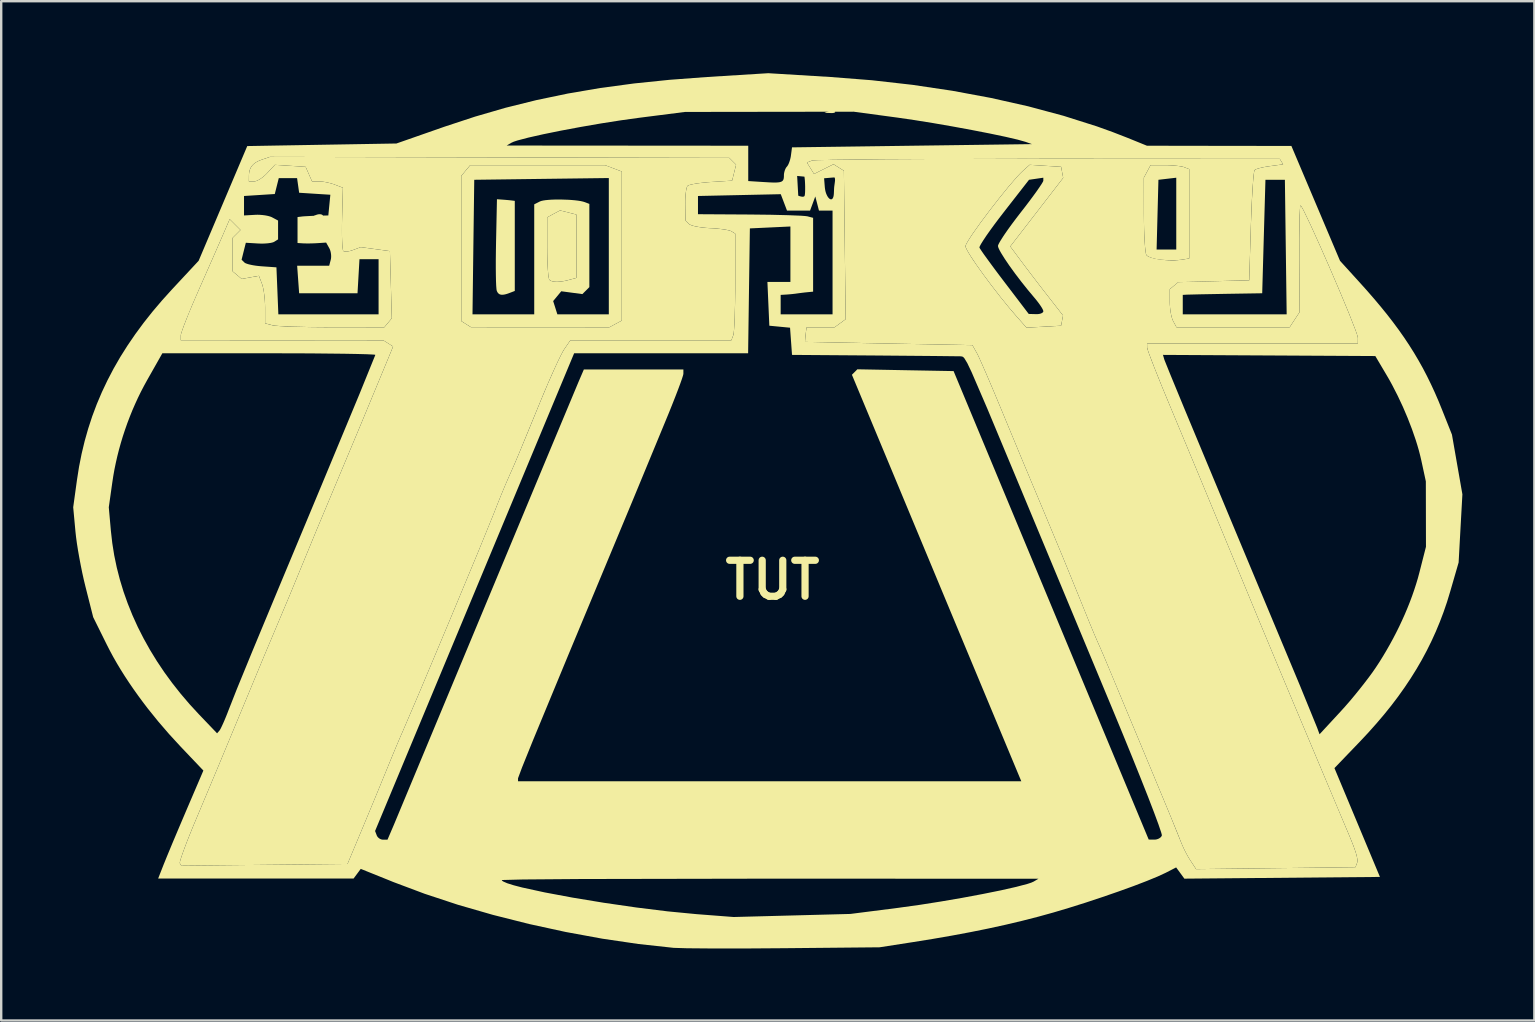
<source format=kicad_pcb>
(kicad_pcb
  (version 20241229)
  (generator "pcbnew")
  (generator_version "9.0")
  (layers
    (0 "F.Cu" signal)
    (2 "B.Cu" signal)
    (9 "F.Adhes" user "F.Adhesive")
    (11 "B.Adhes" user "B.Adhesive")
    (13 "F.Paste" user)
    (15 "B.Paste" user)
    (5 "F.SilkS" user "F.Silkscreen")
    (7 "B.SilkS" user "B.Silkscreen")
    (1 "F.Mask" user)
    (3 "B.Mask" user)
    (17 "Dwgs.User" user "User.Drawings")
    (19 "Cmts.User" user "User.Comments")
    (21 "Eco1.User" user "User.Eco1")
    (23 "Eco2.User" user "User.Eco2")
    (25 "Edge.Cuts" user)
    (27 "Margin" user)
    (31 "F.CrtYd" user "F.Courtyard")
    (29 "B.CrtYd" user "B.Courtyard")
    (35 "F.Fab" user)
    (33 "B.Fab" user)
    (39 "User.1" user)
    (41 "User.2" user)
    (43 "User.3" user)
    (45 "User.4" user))
  (footprint "TUT"
    (layer "F.Cu")
    (at 29.136 21.116)
    (property "Reference" "TUT" (at 0 0 0) (layer "F.SilkS") (effects (font (size 1.5 1.5) (thickness 0.3))))
    (attr board_only exclude_from_pos_files exclude_from_bom)
    (fp_poly (pts (xy -8.17 -15.227) (xy -8.17 -12.586) (xy -8.474 -12.505) (xy -8.549 -12.486) (xy -8.62 -12.469) (xy -8.69 -12.456) (xy -8.757 -12.444) (xy -8.821 -12.436) (xy -8.882 -12.43) (xy -8.94 -12.426) (xy -8.994 -12.425) (xy -9.046 -12.427) (xy -9.093 -12.431) (xy -9.137 -12.438) (xy -9.178 -12.447) (xy -9.214 -12.459) (xy -9.245 -12.473) (xy -9.273 -12.49) (xy -9.296 -12.51) (xy -9.296 -12.509) (xy -9.301 -12.516) (xy -9.305 -12.525) (xy -9.314 -12.553) (xy -9.323 -12.593) (xy -9.331 -12.644) (xy -9.339 -12.705) (xy -9.346 -12.775) (xy -9.36 -12.942) (xy -9.371 -13.139) (xy -9.379 -13.361) (xy -9.384 -13.602) (xy -9.386 -13.856) (xy -9.386 -15.112) (xy -9.119 -15.255) (xy -8.851 -15.398)) (stroke (width 0) (type solid)) (fill yes) (layer "F.SilkS"))
    (fp_poly (pts (xy -11.244 -15.848) (xy -11.141 -15.84) (xy -11.037 -15.831) (xy -10.943 -15.822) (xy -10.872 -15.814) (xy -10.737 -15.797) (xy -10.737 -12.043) (xy -10.951 -11.961) (xy -11.01 -11.939) (xy -11.064 -11.921) (xy -11.114 -11.907) (xy -11.161 -11.896) (xy -11.204 -11.889) (xy -11.244 -11.885) (xy -11.28 -11.885) (xy -11.297 -11.886) (xy -11.313 -11.889) (xy -11.329 -11.892) (xy -11.344 -11.896) (xy -11.358 -11.901) (xy -11.371 -11.907) (xy -11.384 -11.914) (xy -11.396 -11.922) (xy -11.408 -11.931) (xy -11.419 -11.941) (xy -11.429 -11.952) (xy -11.439 -11.963) (xy -11.449 -11.976) (xy -11.458 -11.99) (xy -11.474 -12.02) (xy -11.489 -12.055) (xy -11.489 -12.055) (xy -11.495 -12.082) (xy -11.501 -12.127) (xy -11.512 -12.266) (xy -11.52 -12.464) (xy -11.525 -12.713) (xy -11.528 -13.003) (xy -11.528 -13.328) (xy -11.524 -13.679) (xy -11.518 -14.047) (xy -11.48 -15.865)) (stroke (width 0) (type solid)) (fill yes) (layer "F.SilkS"))
    (fp_poly (pts (xy -18.855 -15.24) (xy -18.838 -15.239) (xy -18.821 -15.237) (xy -18.805 -15.233) (xy -18.791 -15.229) (xy -18.777 -15.224) (xy -18.765 -15.218) (xy -18.754 -15.211) (xy -18.75 -15.207) (xy -18.745 -15.203) (xy -18.741 -15.199) (xy -18.738 -15.195) (xy -18.736 -15.191) (xy -18.734 -15.187) (xy -18.733 -15.183) (xy -18.733 -15.181) (xy -18.733 -15.179) (xy -18.733 -15.178) (xy -18.733 -15.176) (xy -18.733 -15.174) (xy -18.734 -15.172) (xy -18.735 -15.169) (xy -18.738 -15.166) (xy -18.741 -15.162) (xy -18.744 -15.159) (xy -18.748 -15.157) (xy -18.753 -15.154) (xy -18.758 -15.151) (xy -18.764 -15.149) (xy -18.77 -15.146) (xy -18.777 -15.144) (xy -18.784 -15.142) (xy -18.792 -15.14) (xy -18.8 -15.139) (xy -18.809 -15.137) (xy -18.819 -15.136) (xy -18.828 -15.135) (xy -18.839 -15.134) (xy -18.849 -15.133) (xy -18.861 -15.132) (xy -18.872 -15.132) (xy -18.884 -15.132) (xy -18.897 -15.132) (xy -18.909 -15.132) (xy -18.922 -15.132) (xy -19.181 -15.143) (xy -19.004 -15.214) (xy -18.986 -15.221) (xy -18.967 -15.226) (xy -18.948 -15.231) (xy -18.929 -15.235) (xy -18.91 -15.238) (xy -18.891 -15.239) (xy -18.873 -15.24)) (stroke (width 0) (type solid)) (fill yes) (layer "F.SilkS"))
    (fp_poly (pts (xy 2.492 -19.563) (xy 2.509 -19.562) (xy 2.526 -19.56) (xy 2.541 -19.557) (xy 2.556 -19.553) (xy 2.569 -19.548) (xy 2.582 -19.542) (xy 2.592 -19.535) (xy 2.597 -19.531) (xy 2.602 -19.527) (xy 2.606 -19.522) (xy 2.609 -19.518) (xy 2.611 -19.514) (xy 2.613 -19.51) (xy 2.614 -19.507) (xy 2.614 -19.505) (xy 2.614 -19.503) (xy 2.614 -19.501) (xy 2.614 -19.499) (xy 2.613 -19.497) (xy 2.613 -19.496) (xy 2.611 -19.492) (xy 2.609 -19.489) (xy 2.606 -19.486) (xy 2.603 -19.483) (xy 2.599 -19.48) (xy 2.594 -19.477) (xy 2.589 -19.475) (xy 2.583 -19.472) (xy 2.577 -19.47) (xy 2.57 -19.468) (xy 2.563 -19.466) (xy 2.555 -19.464) (xy 2.546 -19.462) (xy 2.538 -19.46) (xy 2.528 -19.459) (xy 2.518 -19.458) (xy 2.508 -19.457) (xy 2.497 -19.456) (xy 2.486 -19.456) (xy 2.475 -19.455) (xy 2.463 -19.455) (xy 2.45 -19.455) (xy 2.438 -19.455) (xy 2.424 -19.456) (xy 2.165 -19.466) (xy 2.343 -19.537) (xy 2.361 -19.544) (xy 2.38 -19.55) (xy 2.399 -19.555) (xy 2.418 -19.558) (xy 2.437 -19.561) (xy 2.456 -19.563) (xy 2.474 -19.564)) (stroke (width 0) (type solid)) (fill yes) (layer "F.SilkS"))
    (fp_poly (pts (xy 16.469 -17.282) (xy 16.592 -17.277) (xy 16.712 -17.269) (xy 16.826 -17.259) (xy 16.93 -17.247) (xy 17.021 -17.233) (xy 17.096 -17.218) (xy 17.126 -17.21) (xy 17.151 -17.201) (xy 17.365 -17.119) (xy 17.365 -13.397) (xy 17.061 -13.347) (xy 17.027 -13.342) (xy 16.989 -13.338) (xy 16.9 -13.331) (xy 16.799 -13.327) (xy 16.688 -13.325) (xy 16.571 -13.325) (xy 16.451 -13.328) (xy 16.333 -13.334) (xy 16.218 -13.341) (xy 16.218 -13.341) (xy 16.163 -13.347) (xy 16.108 -13.353) (xy 16.054 -13.362) (xy 16.001 -13.371) (xy 15.95 -13.382) (xy 15.9 -13.393) (xy 15.853 -13.406) (xy 15.808 -13.419) (xy 15.766 -13.433) (xy 15.727 -13.448) (xy 15.692 -13.463) (xy 15.66 -13.479) (xy 15.633 -13.495) (xy 15.61 -13.511) (xy 15.592 -13.528) (xy 15.579 -13.544) (xy 15.568 -13.568) (xy 15.558 -13.607) (xy 15.548 -13.66) (xy 15.539 -13.726) (xy 15.535 -13.77) (xy 16.005 -13.77) (xy 16.824 -13.77) (xy 16.824 -16.761) (xy 16.453 -16.718) (xy 16.081 -16.675) (xy 16.043 -15.223) (xy 16.005 -13.77) (xy 15.535 -13.77) (xy 15.522 -13.895) (xy 15.507 -14.105) (xy 15.494 -14.351) (xy 15.484 -14.626) (xy 15.478 -14.921) (xy 15.475 -15.232) (xy 15.473 -16.761) (xy 15.613 -17.022) (xy 15.753 -17.283) (xy 16.345 -17.283)) (stroke (width 0) (type solid)) (fill yes) (layer "F.SilkS"))
    (fp_poly (pts (xy -6.625 -17.151) (xy -6.279 -17.02) (xy -6.279 -10.808) (xy -6.54 -10.668) (xy -6.801 -10.528) (xy -9.681 -10.53) (xy -12.561 -10.532) (xy -12.764 -10.66) (xy -12.967 -10.789) (xy -12.967 -11.068) (xy -12.499 -11.068) (xy -9.927 -11.068) (xy -9.927 -13.36) (xy -9.927 -13.856) (xy -9.386 -13.856) (xy -9.384 -13.602) (xy -9.379 -13.361) (xy -9.371 -13.139) (xy -9.36 -12.942) (xy -9.346 -12.775) (xy -9.331 -12.644) (xy -9.314 -12.553) (xy -9.305 -12.525) (xy -9.296 -12.509) (xy -9.285 -12.499) (xy -9.273 -12.49) (xy -9.26 -12.481) (xy -9.245 -12.473) (xy -9.23 -12.466) (xy -9.214 -12.459) (xy -9.196 -12.452) (xy -9.178 -12.447) (xy -9.158 -12.442) (xy -9.137 -12.438) (xy -9.093 -12.431) (xy -9.046 -12.427) (xy -8.994 -12.425) (xy -8.94 -12.426) (xy -8.882 -12.43) (xy -8.821 -12.436) (xy -8.757 -12.444) (xy -8.69 -12.455) (xy -8.62 -12.469) (xy -8.548 -12.486) (xy -8.474 -12.504) (xy -8.474 -12.505) (xy -8.17 -12.586) (xy -8.17 -15.227) (xy -8.511 -15.313) (xy -8.851 -15.398) (xy -9.119 -15.255) (xy -9.386 -15.112) (xy -9.386 -13.856) (xy -9.927 -13.856) (xy -9.927 -15.652) (xy -9.69 -15.772) (xy -9.633 -15.793) (xy -9.554 -15.811) (xy -9.457 -15.826) (xy -9.344 -15.837) (xy -9.218 -15.846) (xy -9.082 -15.851) (xy -8.792 -15.852) (xy -8.497 -15.842) (xy -8.356 -15.832) (xy -8.221 -15.82) (xy -8.098 -15.805) (xy -7.988 -15.787) (xy -7.894 -15.766) (xy -7.819 -15.743) (xy -7.63 -15.67) (xy -7.63 -12.203) (xy -7.776 -12.057) (xy -7.921 -11.912) (xy -8.361 -11.971) (xy -8.8 -12.03) (xy -8.969 -11.826) (xy -9.138 -11.622) (xy -9.05 -11.345) (xy -8.963 -11.068) (xy -6.819 -11.068) (xy -6.819 -16.748) (xy -9.623 -16.712) (xy -12.426 -16.675) (xy -12.463 -13.872) (xy -12.499 -11.068) (xy -12.967 -11.068) (xy -12.967 -16.837) (xy -12.781 -17.06) (xy -12.596 -17.283) (xy -6.972 -17.283)) (stroke (width 0) (type solid)) (fill yes) (layer "F.SilkS"))
    (fp_poly (pts (xy 11.371 -17.257) (xy 12.026 -17.216) (xy 12.069 -16.985) (xy 12.113 -16.755) (xy 11.011 -15.327) (xy 9.908 -13.898) (xy 10.36 -13.289) (xy 10.587 -12.987) (xy 10.869 -12.615) (xy 11.172 -12.22) (xy 11.459 -11.85) (xy 12.106 -11.021) (xy 12.066 -10.808) (xy 12.026 -10.595) (xy 11.305 -10.554) (xy 10.585 -10.513) (xy 10.19 -10.96) (xy 9.844 -11.364) (xy 9.482 -11.811) (xy 9.123 -12.275) (xy 8.785 -12.728) (xy 8.489 -13.144) (xy 8.254 -13.497) (xy 8.165 -13.642) (xy 8.099 -13.761) (xy 8.057 -13.85) (xy 8.624 -13.85) (xy 8.634 -13.83) (xy 8.653 -13.798) (xy 8.719 -13.698) (xy 8.819 -13.554) (xy 8.949 -13.375) (xy 9.103 -13.164) (xy 9.277 -12.928) (xy 9.468 -12.673) (xy 9.671 -12.406) (xy 10.677 -11.085) (xy 10.981 -11.077) (xy 11.012 -11.076) (xy 11.042 -11.078) (xy 11.071 -11.08) (xy 11.099 -11.084) (xy 11.126 -11.088) (xy 11.151 -11.094) (xy 11.174 -11.101) (xy 11.196 -11.109) (xy 11.215 -11.118) (xy 11.233 -11.127) (xy 11.248 -11.138) (xy 11.261 -11.149) (xy 11.271 -11.16) (xy 11.275 -11.166) (xy 11.279 -11.173) (xy 11.282 -11.179) (xy 11.283 -11.185) (xy 11.285 -11.192) (xy 11.285 -11.199) (xy 11.285 -11.199) (xy 11.285 -11.206) (xy 11.283 -11.214) (xy 11.277 -11.234) (xy 11.268 -11.257) (xy 11.255 -11.284) (xy 11.239 -11.315) (xy 11.22 -11.348) (xy 11.198 -11.383) (xy 11.173 -11.421) (xy 11.146 -11.461) (xy 11.116 -11.503) (xy 11.085 -11.546) (xy 11.051 -11.59) (xy 11.016 -11.635) (xy 10.98 -11.681) (xy 10.942 -11.727) (xy 10.903 -11.773) (xy 10.628 -12.102) (xy 10.358 -12.441) (xy 10.103 -12.776) (xy 9.873 -13.094) (xy 9.678 -13.381) (xy 9.527 -13.623) (xy 9.471 -13.723) (xy 9.43 -13.806) (xy 9.404 -13.872) (xy 9.396 -13.918) (xy 9.397 -13.929) (xy 9.401 -13.943) (xy 9.415 -13.981) (xy 9.439 -14.029) (xy 9.471 -14.087) (xy 9.511 -14.154) (xy 9.559 -14.23) (xy 9.613 -14.315) (xy 9.674 -14.406) (xy 9.814 -14.608) (xy 9.975 -14.83) (xy 10.152 -15.066) (xy 10.341 -15.312) (xy 10.531 -15.556) (xy 10.708 -15.789) (xy 10.868 -16.005) (xy 11.008 -16.198) (xy 11.123 -16.364) (xy 11.211 -16.496) (xy 11.266 -16.589) (xy 11.28 -16.62) (xy 11.285 -16.639) (xy 11.285 -16.762) (xy 10.987 -16.718) (xy 10.689 -16.675) (xy 9.636 -15.324) (xy 9.425 -15.05) (xy 9.23 -14.79) (xy 9.055 -14.549) (xy 8.904 -14.334) (xy 8.782 -14.15) (xy 8.691 -14.004) (xy 8.66 -13.947) (xy 8.637 -13.902) (xy 8.625 -13.869) (xy 8.624 -13.85) (xy 8.057 -13.85) (xy 8.057 -13.85) (xy 8.043 -13.908) (xy 8.048 -13.935) (xy 8.064 -13.975) (xy 8.124 -14.088) (xy 8.218 -14.241) (xy 8.342 -14.428) (xy 8.661 -14.878) (xy 9.042 -15.388) (xy 9.448 -15.91) (xy 9.841 -16.395) (xy 10.185 -16.793) (xy 10.326 -16.944) (xy 10.441 -17.055) (xy 10.716 -17.299)) (stroke (width 0) (type solid)) (fill yes) (layer "F.SilkS"))
    (fp_poly (pts (xy 21.136 -17.547) (xy 21.207 -17.432) (xy 21.277 -17.318) (xy 20.729 -17.244) (xy 20.616 -17.228) (xy 20.508 -17.209) (xy 20.407 -17.188) (xy 20.314 -17.166) (xy 20.234 -17.144) (xy 20.168 -17.122) (xy 20.141 -17.111) (xy 20.119 -17.101) (xy 20.102 -17.091) (xy 20.09 -17.081) (xy 20.085 -17.074) (xy 20.08 -17.06) (xy 20.07 -17.017) (xy 20.06 -16.953) (xy 20.049 -16.869) (xy 20.028 -16.645) (xy 20.006 -16.356) (xy 19.985 -16.011) (xy 19.965 -15.621) (xy 19.947 -15.193) (xy 19.932 -14.739) (xy 19.864 -12.487) (xy 16.908 -12.41) (xy 16.731 -12.263) (xy 16.554 -12.116) (xy 16.554 -11.583) (xy 16.555 -11.528) (xy 16.557 -11.471) (xy 16.565 -11.356) (xy 16.578 -11.241) (xy 16.595 -11.13) (xy 16.616 -11.026) (xy 16.628 -10.978) (xy 16.64 -10.933) (xy 16.653 -10.891) (xy 16.666 -10.853) (xy 16.68 -10.819) (xy 16.694 -10.789) (xy 16.834 -10.528) (xy 21.547 -10.528) (xy 21.755 -10.846) (xy 21.964 -11.164) (xy 21.951 -13.358) (xy 21.951 -14.215) (xy 21.959 -14.925) (xy 21.975 -15.414) (xy 21.985 -15.553) (xy 21.991 -15.593) (xy 21.996 -15.61) (xy 22.011 -15.602) (xy 22.037 -15.565) (xy 22.124 -15.408) (xy 22.407 -14.822) (xy 22.792 -13.973) (xy 23.227 -12.985) (xy 23.657 -11.98) (xy 24.031 -11.08) (xy 24.293 -10.409) (xy 24.367 -10.197) (xy 24.392 -10.089) (xy 24.39 -9.852) (xy 15.608 -9.852) (xy 15.61 -9.684) (xy 15.615 -9.654) (xy 15.631 -9.6) (xy 15.691 -9.426) (xy 15.786 -9.172) (xy 15.911 -8.85) (xy 16.063 -8.469) (xy 16.236 -8.04) (xy 16.428 -7.575) (xy 16.633 -7.083) (xy 17.772 -4.353) (xy 19.075 -1.206) (xy 20.328 1.823) (xy 21.347 4.266) (xy 22.966 8.117) (xy 23.905 10.346) (xy 24.042 10.669) (xy 24.153 10.943) (xy 24.24 11.171) (xy 24.304 11.359) (xy 24.328 11.44) (xy 24.346 11.511) (xy 24.359 11.575) (xy 24.368 11.632) (xy 24.371 11.682) (xy 24.37 11.725) (xy 24.365 11.763) (xy 24.355 11.796) (xy 24.29 11.967) (xy 20.97 12.007) (xy 17.65 12.047) (xy 17.406 11.676) (xy 17.406 11.676) (xy 17.406 11.676) (xy 17.406 11.676) (xy 17.406 11.676) (xy 17.406 11.676) (xy 17.406 11.676) (xy 17.406 11.676) (xy 17.354 11.593) (xy 17.299 11.499) (xy 17.244 11.398) (xy 17.189 11.292) (xy 17.137 11.186) (xy 17.089 11.082) (xy 17.046 10.983) (xy 17.01 10.892) (xy 16.869 10.536) (xy 16.596 9.868) (xy 15.813 7.982) (xy 14.461 4.739) (xy 13.859 3.296) (xy 13.669 2.852) (xy 13.517 2.51) (xy 13.401 2.241) (xy 13.221 1.807) (xy 13.002 1.269) (xy 12.767 0.686) (xy 12.099 -0.951) (xy 11.289 -2.894) (xy 10.4 -5.016) (xy 9.543 -7.083) (xy 9.204 -7.896) (xy 8.898 -8.613) (xy 8.659 -9.156) (xy 8.575 -9.338) (xy 8.52 -9.447) (xy 8.33 -9.785) (xy 4.842 -9.852) (xy 1.355 -9.92) (xy 1.368 -10.089) (xy 1.375 -10.165) (xy 1.384 -10.248) (xy 1.393 -10.327) (xy 1.402 -10.393) (xy 1.422 -10.528) (xy 2.587 -10.528) (xy 2.818 -10.697) (xy 3.049 -10.866) (xy 3.013 -13.908) (xy 8.043 -13.908) (xy 8.046 -13.883) (xy 8.057 -13.85) (xy 8.099 -13.761) (xy 8.165 -13.642) (xy 8.254 -13.497) (xy 8.363 -13.33) (xy 8.489 -13.144) (xy 8.785 -12.728) (xy 9.123 -12.275) (xy 9.482 -11.811) (xy 9.844 -11.364) (xy 10.021 -11.155) (xy 10.19 -10.96) (xy 10.585 -10.513) (xy 12.026 -10.595) (xy 12.066 -10.808) (xy 12.106 -11.021) (xy 11.459 -11.85) (xy 11.172 -12.22) (xy 10.869 -12.615) (xy 10.587 -12.987) (xy 10.36 -13.289) (xy 9.908 -13.898) (xy 11.011 -15.327) (xy 12.113 -16.755) (xy 12.112 -16.761) (xy 15.473 -16.761) (xy 15.475 -15.232) (xy 15.478 -14.921) (xy 15.484 -14.626) (xy 15.494 -14.351) (xy 15.507 -14.105) (xy 15.522 -13.895) (xy 15.539 -13.726) (xy 15.558 -13.607) (xy 15.568 -13.568) (xy 15.579 -13.544) (xy 15.591 -13.529) (xy 15.607 -13.513) (xy 15.627 -13.499) (xy 15.651 -13.484) (xy 15.71 -13.457) (xy 15.782 -13.431) (xy 15.865 -13.407) (xy 15.958 -13.386) (xy 16.059 -13.367) (xy 16.166 -13.351) (xy 16.278 -13.338) (xy 16.393 -13.328) (xy 16.509 -13.322) (xy 16.626 -13.319) (xy 16.741 -13.32) (xy 16.853 -13.325) (xy 16.96 -13.334) (xy 17.061 -13.347) (xy 17.365 -13.397) (xy 17.365 -15.258) (xy 17.365 -15.258) (xy 17.365 -17.119) (xy 17.151 -17.201) (xy 17.126 -17.21) (xy 17.096 -17.218) (xy 17.061 -17.226) (xy 17.021 -17.233) (xy 16.93 -17.247) (xy 16.826 -17.259) (xy 16.712 -17.269) (xy 16.592 -17.277) (xy 16.469 -17.282) (xy 16.345 -17.283) (xy 15.753 -17.283) (xy 15.613 -17.022) (xy 15.473 -16.761) (xy 12.112 -16.761) (xy 12.069 -16.985) (xy 12.026 -17.216) (xy 11.371 -17.257) (xy 10.716 -17.299) (xy 10.441 -17.055) (xy 10.326 -16.944) (xy 10.185 -16.793) (xy 9.841 -16.395) (xy 9.448 -15.91) (xy 9.042 -15.388) (xy 8.661 -14.878) (xy 8.342 -14.428) (xy 8.218 -14.241) (xy 8.124 -14.088) (xy 8.064 -13.975) (xy 8.048 -13.935) (xy 8.043 -13.908) (xy 3.013 -13.908) (xy 3.012 -13.959) (xy 2.976 -17.051) (xy 2.76 -17.187) (xy 2.544 -17.324) (xy 2.138 -17.121) (xy 1.732 -16.918) (xy 1.435 -17.394) (xy 1.647 -17.476) (xy 1.886 -17.492) (xy 2.49 -17.507) (xy 4.628 -17.531) (xy 7.738 -17.547) (xy 11.497 -17.552)) (stroke (width 0) (type solid)) (fill yes) (layer "F.SilkS"))
    (fp_poly (pts (xy -11.369 -17.608) (xy -1.8 -17.587) (xy -1.658 -17.445) (xy -1.516 -17.303) (xy -1.599 -16.971) (xy -1.682 -16.639) (xy -2.557 -16.583) (xy -2.735 -16.57) (xy -2.905 -16.553) (xy -3.063 -16.534) (xy -3.206 -16.513) (xy -3.328 -16.49) (xy -3.427 -16.467) (xy -3.467 -16.455) (xy -3.498 -16.444) (xy -3.522 -16.432) (xy -3.538 -16.421) (xy -3.543 -16.415) (xy -3.548 -16.407) (xy -3.559 -16.386) (xy -3.569 -16.359) (xy -3.578 -16.327) (xy -3.587 -16.289) (xy -3.595 -16.247) (xy -3.603 -16.2) (xy -3.61 -16.15) (xy -3.616 -16.095) (xy -3.622 -16.038) (xy -3.626 -15.977) (xy -3.63 -15.915) (xy -3.632 -15.85) (xy -3.634 -15.783) (xy -3.635 -15.716) (xy -3.634 -15.647) (xy -3.624 -14.98) (xy -3.48 -14.836) (xy -3.472 -14.828) (xy -3.462 -14.821) (xy -3.437 -14.806) (xy -3.405 -14.792) (xy -3.367 -14.777) (xy -3.323 -14.764) (xy -3.275 -14.75) (xy -3.221 -14.737) (xy -3.164 -14.725) (xy -3.102 -14.713) (xy -3.038 -14.703) (xy -2.97 -14.693) (xy -2.9 -14.684) (xy -2.828 -14.676) (xy -2.755 -14.67) (xy -2.68 -14.664) (xy -2.605 -14.66) (xy -2.454 -14.652) (xy -2.308 -14.64) (xy -2.168 -14.626) (xy -2.04 -14.609) (xy -1.927 -14.59) (xy -1.832 -14.571) (xy -1.792 -14.56) (xy -1.759 -14.55) (xy -1.732 -14.54) (xy -1.711 -14.529) (xy -1.55 -14.43) (xy -1.55 -12.422) (xy -1.557 -11.626) (xy -1.574 -10.942) (xy -1.586 -10.664) (xy -1.6 -10.442) (xy -1.616 -10.285) (xy -1.632 -10.201) (xy -1.714 -9.987) (xy -8.422 -9.987) (xy -8.676 -9.616) (xy -8.706 -9.569) (xy -8.742 -9.505) (xy -8.832 -9.333) (xy -8.942 -9.107) (xy -9.067 -8.837) (xy -9.205 -8.532) (xy -9.351 -8.199) (xy -9.501 -7.848) (xy -9.65 -7.488) (xy -10.568 -5.257) (xy -10.786 -4.746) (xy -10.999 -4.265) (xy -11.138 -3.944) (xy -11.299 -3.557) (xy -11.462 -3.152) (xy -11.608 -2.778) (xy -12.28 -1.129) (xy -13.484 1.764) (xy -14.698 4.654) (xy -15.4 6.293) (xy -15.509 6.541) (xy -15.668 6.917) (xy -15.857 7.369) (xy -16.052 7.847) (xy -16.556 9.075) (xy -17.113 10.414) (xy -17.707 11.833) (xy -21.171 11.869) (xy -24.635 11.905) (xy -24.693 11.801) (xy -24.695 11.793) (xy -24.695 11.781) (xy -24.689 11.743) (xy -24.675 11.688) (xy -24.654 11.617) (xy -24.592 11.43) (xy -24.506 11.192) (xy -24.399 10.909) (xy -24.272 10.59) (xy -24.131 10.242) (xy -23.976 9.873) (xy -23.102 7.791) (xy -22.086 5.347) (xy -21.181 3.167) (xy -20.572 1.72) (xy -20.119 0.645) (xy -19.588 -0.644) (xy -18.989 -2.097) (xy -18.372 -3.57) (xy -17.175 -6.426) (xy -15.962 -9.352) (xy -15.807 -9.729) (xy -16.008 -9.856) (xy -16.209 -9.983) (xy -20.431 -9.985) (xy -24.653 -9.987) (xy -24.653 -10.192) (xy -24.649 -10.222) (xy -24.638 -10.268) (xy -24.619 -10.33) (xy -24.593 -10.407) (xy -24.523 -10.601) (xy -24.429 -10.842) (xy -24.317 -11.122) (xy -24.187 -11.433) (xy -24.044 -11.767) (xy -23.891 -12.117) (xy -23.278 -13.508) (xy -22.873 -14.436) (xy -22.616 -15.034) (xy -22.391 -14.808) (xy -22.165 -14.583) (xy -22.328 -14.42) (xy -22.492 -14.257) (xy -22.492 -12.858) (xy -22.303 -12.701) (xy -22.114 -12.544) (xy -21.756 -12.609) (xy -21.398 -12.674) (xy -21.269 -12.335) (xy -21.256 -12.297) (xy -21.243 -12.254) (xy -21.231 -12.205) (xy -21.219 -12.152) (xy -21.208 -12.095) (xy -21.197 -12.035) (xy -21.178 -11.905) (xy -21.163 -11.767) (xy -21.151 -11.625) (xy -21.143 -11.483) (xy -21.14 -11.345) (xy -21.14 -10.694) (xy -20.836 -10.613) (xy -20.794 -10.605) (xy -20.731 -10.597) (xy -20.547 -10.581) (xy -20.293 -10.567) (xy -19.982 -10.555) (xy -19.622 -10.545) (xy -19.224 -10.537) (xy -18.797 -10.532) (xy -18.354 -10.53) (xy -16.175 -10.528) (xy -16.018 -10.716) (xy -15.958 -10.789) (xy -12.967 -10.789) (xy -12.764 -10.66) (xy -12.561 -10.532) (xy -9.681 -10.53) (xy -6.801 -10.528) (xy -6.54 -10.668) (xy -6.54 -10.668) (xy -6.279 -10.808) (xy -6.279 -17.02) (xy -6.625 -17.151) (xy -6.972 -17.283) (xy -12.596 -17.283) (xy -12.781 -17.06) (xy -12.967 -16.837) (xy -12.967 -10.789) (xy -15.958 -10.789) (xy -15.862 -10.905) (xy -15.9 -12.304) (xy -15.939 -13.703) (xy -16.547 -13.786) (xy -17.155 -13.869) (xy -17.478 -13.748) (xy -17.511 -13.736) (xy -17.544 -13.726) (xy -17.577 -13.716) (xy -17.609 -13.708) (xy -17.641 -13.701) (xy -17.672 -13.695) (xy -17.701 -13.691) (xy -17.73 -13.687) (xy -17.756 -13.685) (xy -17.781 -13.685) (xy -17.804 -13.686) (xy -17.825 -13.688) (xy -17.844 -13.691) (xy -17.86 -13.696) (xy -17.873 -13.703) (xy -17.878 -13.706) (xy -17.883 -13.711) (xy -17.887 -13.716) (xy -17.891 -13.726) (xy -17.899 -13.753) (xy -17.906 -13.793) (xy -17.912 -13.843) (xy -17.918 -13.905) (xy -17.923 -13.975) (xy -17.931 -14.144) (xy -17.937 -14.343) (xy -17.938 -14.567) (xy -17.937 -14.811) (xy -17.932 -15.069) (xy -17.899 -16.344) (xy -18.245 -16.476) (xy -18.282 -16.489) (xy -18.32 -16.502) (xy -18.403 -16.527) (xy -18.489 -16.549) (xy -18.577 -16.569) (xy -18.663 -16.585) (xy -18.745 -16.597) (xy -18.784 -16.601) (xy -18.821 -16.605) (xy -18.856 -16.607) (xy -18.888 -16.607) (xy -19.185 -16.607) (xy -19.318 -16.911) (xy -19.452 -17.215) (xy -20.093 -17.257) (xy -20.734 -17.298) (xy -21.054 -16.953) (xy -21.088 -16.917) (xy -21.123 -16.883) (xy -21.159 -16.85) (xy -21.196 -16.819) (xy -21.233 -16.788) (xy -21.271 -16.76) (xy -21.308 -16.733) (xy -21.345 -16.709) (xy -21.381 -16.686) (xy -21.417 -16.667) (xy -21.451 -16.649) (xy -21.484 -16.635) (xy -21.515 -16.623) (xy -21.544 -16.614) (xy -21.571 -16.609) (xy -21.595 -16.607) (xy -21.816 -16.607) (xy -21.814 -16.844) (xy -21.812 -16.907) (xy -21.805 -16.966) (xy -21.801 -16.995) (xy -21.795 -17.023) (xy -21.789 -17.05) (xy -21.781 -17.076) (xy -21.773 -17.102) (xy -21.763 -17.126) (xy -21.753 -17.15) (xy -21.741 -17.174) (xy -21.729 -17.196) (xy -21.715 -17.218) (xy -21.7 -17.24) (xy -21.684 -17.26) (xy -21.667 -17.281) (xy -21.649 -17.3) (xy -21.63 -17.319) (xy -21.61 -17.337) (xy -21.588 -17.355) (xy -21.566 -17.372) (xy -21.542 -17.388) (xy -21.517 -17.404) (xy -21.463 -17.435) (xy -21.405 -17.463) (xy -21.341 -17.49) (xy -21.273 -17.515) (xy -20.938 -17.629)) (stroke (width 0) (type solid)) (fill yes) (layer "F.SilkS"))
    (fp_poly (pts (xy 2.414 -20.958) (xy 4.137 -20.823) (xy 5.834 -20.631) (xy 7.494 -20.384) (xy 9.104 -20.085) (xy 10.652 -19.737) (xy 12.126 -19.341) (xy 13.515 -18.901) (xy 14.173 -18.664) (xy 14.806 -18.418) (xy 15.603 -18.094) (xy 18.612 -18.089) (xy 21.621 -18.085) (xy 22.634 -15.692) (xy 23.647 -13.299) (xy 24.446 -12.42) (xy 24.764 -12.066) (xy 25.063 -11.722) (xy 25.345 -11.387) (xy 25.611 -11.059) (xy 25.861 -10.736) (xy 26.097 -10.417) (xy 26.32 -10.1) (xy 26.53 -9.784) (xy 26.73 -9.467) (xy 26.919 -9.147) (xy 27.1 -8.824) (xy 27.272 -8.494) (xy 27.437 -8.157) (xy 27.597 -7.811) (xy 27.752 -7.454) (xy 27.902 -7.085) (xy 28.311 -6.057) (xy 28.528 -4.814) (xy 28.746 -3.57) (xy 28.667 -2.15) (xy 28.589 -0.73) (xy 28.237 0.484) (xy 28.107 0.911) (xy 27.964 1.329) (xy 27.808 1.741) (xy 27.64 2.146) (xy 27.458 2.546) (xy 27.263 2.94) (xy 27.054 3.33) (xy 26.83 3.715) (xy 26.592 4.097) (xy 26.338 4.477) (xy 26.07 4.854) (xy 25.785 5.23) (xy 25.484 5.604) (xy 25.166 5.978) (xy 24.832 6.353) (xy 24.481 6.728) (xy 23.415 7.838) (xy 24.363 10.105) (xy 25.31 12.372) (xy 17.162 12.444) (xy 16.991 12.21) (xy 16.819 11.976) (xy 16.383 12.2) (xy 16.048 12.355) (xy 15.593 12.542) (xy 15.04 12.754) (xy 14.417 12.979) (xy 13.746 13.211) (xy 13.053 13.441) (xy 12.362 13.658) (xy 11.699 13.856) (xy 11.065 14.031) (xy 10.405 14.2) (xy 9.718 14.363) (xy 9.001 14.52) (xy 8.254 14.671) (xy 7.474 14.817) (xy 6.661 14.958) (xy 5.813 15.094) (xy 4.462 15.304) (xy 0.477 15.342) (xy -1.119 15.353) (xy -2.517 15.353) (xy -3.566 15.344) (xy -4.117 15.327) (xy -4.117 15.327) (xy -4.117 15.327) (xy -4.117 15.327) (xy -5.584 15.167) (xy -7.091 14.945) (xy -8.618 14.665) (xy -10.142 14.333) (xy -11.645 13.954) (xy -13.103 13.533) (xy -14.496 13.073) (xy -15.804 12.582) (xy -16.002 12.501) (xy -11.278 12.501) (xy -11.263 12.53) (xy -11.219 12.562) (xy -11.05 12.636) (xy -10.782 12.72) (xy -10.425 12.813) (xy -9.49 13.017) (xy -8.329 13.234) (xy -7.031 13.448) (xy -5.681 13.644) (xy -4.365 13.807) (xy -3.171 13.922) (xy -1.618 14.042) (xy 0.814 13.978) (xy 3.246 13.914) (xy 5.293 13.653) (xy 5.293 13.652) (xy 6.125 13.537) (xy 7.006 13.398) (xy 7.894 13.246) (xy 8.744 13.087) (xy 9.512 12.932) (xy 10.153 12.787) (xy 10.623 12.663) (xy 10.781 12.611) (xy 10.88 12.567) (xy 11.082 12.448) (xy -0.098 12.444) (xy -7.994 12.459) (xy -10.396 12.478) (xy -11.278 12.501) (xy -16.002 12.501) (xy -17.155 12.037) (xy -17.305 12.239) (xy -17.455 12.44) (xy -25.597 12.44) (xy -25.372 11.866) (xy -25.337 11.78) (xy -24.695 11.78) (xy -24.693 11.8) (xy -24.634 11.904) (xy -21.17 11.868) (xy -17.707 11.832) (xy -17.132 10.459) (xy -16.558 10.459) (xy -16.489 10.639) (xy -16.486 10.648) (xy -16.481 10.657) (xy -16.477 10.666) (xy -16.472 10.675) (xy -16.466 10.684) (xy -16.46 10.692) (xy -16.454 10.701) (xy -16.447 10.709) (xy -16.441 10.717) (xy -16.433 10.725) (xy -16.426 10.732) (xy -16.418 10.739) (xy -16.402 10.753) (xy -16.385 10.766) (xy -16.367 10.778) (xy -16.348 10.788) (xy -16.338 10.793) (xy -16.329 10.797) (xy -16.319 10.801) (xy -16.309 10.805) (xy -16.299 10.808) (xy -16.289 10.811) (xy -16.28 10.813) (xy -16.27 10.815) (xy -16.26 10.817) (xy -16.25 10.818) (xy -16.24 10.819) (xy -16.23 10.819) (xy -16.04 10.819) (xy -15.765 10.177) (xy -9.503 -4.853) (xy -8.077 -8.265) (xy -7.859 -8.772) (xy -3.712 -8.772) (xy -3.712 -8.595) (xy -3.716 -8.568) (xy -3.727 -8.523) (xy -3.771 -8.383) (xy -3.841 -8.185) (xy -3.933 -7.937) (xy -4.045 -7.646) (xy -4.173 -7.322) (xy -4.314 -6.971) (xy -4.466 -6.602) (xy -5.803 -3.367) (xy -8.494 3.093) (xy -9.983 6.691) (xy -10.436 7.814) (xy -10.602 8.261) (xy -10.602 8.387) (xy 10.368 8.387) (xy 10.297 8.218) (xy 8.002 2.713) (xy 5.08 -4.304) (xy 3.31 -8.551) (xy 3.424 -8.665) (xy 3.537 -8.779) (xy 5.542 -8.741) (xy 7.546 -8.704) (xy 10.894 -0.665) (xy 14.959 9.094) (xy 15.676 10.815) (xy 15.917 10.817) (xy 15.942 10.816) (xy 15.966 10.814) (xy 15.991 10.81) (xy 16.015 10.804) (xy 16.039 10.797) (xy 16.062 10.789) (xy 16.085 10.779) (xy 16.106 10.768) (xy 16.126 10.756) (xy 16.145 10.743) (xy 16.163 10.729) (xy 16.179 10.714) (xy 16.193 10.698) (xy 16.205 10.682) (xy 16.215 10.665) (xy 16.219 10.657) (xy 16.223 10.648) (xy 16.219 10.604) (xy 16.193 10.51) (xy 16.082 10.182) (xy 15.898 9.684) (xy 15.65 9.039) (xy 15.345 8.268) (xy 14.993 7.392) (xy 14.602 6.433) (xy 14.18 5.412) (xy 10.187 -4.178) (xy 8.954 -7.134) (xy 8.297 -8.66) (xy 8.118 -9.035) (xy 8.001 -9.23) (xy 7.959 -9.279) (xy 7.922 -9.305) (xy 7.851 -9.32) (xy 6.736 -9.333) (xy 4.26 -9.354) (xy 0.814 -9.379) (xy 0.775 -9.92) (xy 1.355 -9.92) (xy 4.842 -9.852) (xy 8.33 -9.785) (xy 8.52 -9.447) (xy 8.575 -9.338) (xy 8.659 -9.156) (xy 8.898 -8.613) (xy 9.204 -7.896) (xy 9.543 -7.083) (xy 10.4 -5.016) (xy 11.289 -2.894) (xy 12.099 -0.951) (xy 12.767 0.686) (xy 13.221 1.807) (xy 13.401 2.241) (xy 13.517 2.51) (xy 13.669 2.852) (xy 13.859 3.296) (xy 14.114 3.904) (xy 14.461 4.739) (xy 15.813 7.982) (xy 16.596 9.868) (xy 17.01 10.893) (xy 17.046 10.983) (xy 17.089 11.082) (xy 17.137 11.186) (xy 17.189 11.292) (xy 17.244 11.398) (xy 17.299 11.499) (xy 17.354 11.593) (xy 17.406 11.676) (xy 17.65 12.048) (xy 20.97 12.007) (xy 24.29 11.967) (xy 24.355 11.796) (xy 24.355 11.796) (xy 24.361 11.78) (xy 24.365 11.763) (xy 24.368 11.745) (xy 24.37 11.725) (xy 24.371 11.704) (xy 24.371 11.682) (xy 24.37 11.658) (xy 24.368 11.632) (xy 24.359 11.575) (xy 24.346 11.511) (xy 24.328 11.44) (xy 24.304 11.359) (xy 24.275 11.27) (xy 24.24 11.171) (xy 24.2 11.062) (xy 24.153 10.943) (xy 24.101 10.812) (xy 24.042 10.669) (xy 23.977 10.514) (xy 23.905 10.346) (xy 23.557 9.524) (xy 22.966 8.117) (xy 21.347 4.266) (xy 20.328 1.823) (xy 19.075 -1.206) (xy 17.772 -4.353) (xy 16.633 -7.083) (xy 16.236 -8.04) (xy 15.911 -8.85) (xy 15.709 -9.379) (xy 16.27 -9.379) (xy 16.329 -9.177) (xy 16.562 -8.597) (xy 17.151 -7.168) (xy 19.044 -2.624) (xy 21.987 4.422) (xy 22.695 6.158) (xy 22.794 6.428) (xy 23.669 5.482) (xy 23.857 5.274) (xy 24.056 5.045) (xy 24.26 4.801) (xy 24.462 4.552) (xy 24.657 4.304) (xy 24.84 4.065) (xy 25.003 3.843) (xy 25.14 3.644) (xy 25.14 3.644) (xy 25.14 3.644) (xy 25.14 3.644) (xy 25.14 3.644) (xy 25.14 3.644) (xy 25.14 3.644) (xy 25.14 3.644) (xy 25.14 3.644) (xy 25.14 3.644) (xy 25.14 3.644) (xy 25.14 3.644) (xy 25.14 3.644) (xy 25.14 3.644) (xy 25.293 3.411) (xy 25.441 3.172) (xy 25.585 2.93) (xy 25.725 2.684) (xy 25.861 2.435) (xy 25.991 2.184) (xy 26.116 1.932) (xy 26.235 1.678) (xy 26.349 1.424) (xy 26.456 1.17) (xy 26.557 0.917) (xy 26.651 0.665) (xy 26.738 0.415) (xy 26.818 0.168) (xy 26.891 -0.075) (xy 26.955 -0.315) (xy 27.228 -1.384) (xy 27.223 -4.11) (xy 27.033 -4.989) (xy 26.986 -5.189) (xy 26.932 -5.398) (xy 26.87 -5.613) (xy 26.801 -5.834) (xy 26.644 -6.288) (xy 26.464 -6.753) (xy 26.265 -7.22) (xy 26.049 -7.679) (xy 25.821 -8.124) (xy 25.704 -8.338) (xy 25.584 -8.544) (xy 25.118 -9.331) (xy 20.694 -9.355) (xy 16.27 -9.379) (xy 15.709 -9.379) (xy 15.691 -9.426) (xy 15.631 -9.6) (xy 15.61 -9.683) (xy 15.608 -9.852) (xy 24.39 -9.852) (xy 24.392 -10.089) (xy 24.366 -10.197) (xy 24.293 -10.409) (xy 24.031 -11.08) (xy 23.657 -11.98) (xy 23.227 -12.985) (xy 22.792 -13.973) (xy 22.407 -14.822) (xy 22.124 -15.408) (xy 22.037 -15.565) (xy 21.996 -15.61) (xy 21.991 -15.593) (xy 21.985 -15.553) (xy 21.975 -15.414) (xy 21.966 -15.202) (xy 21.959 -14.925) (xy 21.954 -14.592) (xy 21.951 -14.215) (xy 21.95 -13.8) (xy 21.951 -13.358) (xy 21.964 -11.164) (xy 21.755 -10.846) (xy 21.547 -10.528) (xy 16.834 -10.528) (xy 16.694 -10.789) (xy 16.68 -10.819) (xy 16.666 -10.853) (xy 16.653 -10.891) (xy 16.64 -10.933) (xy 16.628 -10.978) (xy 16.616 -11.026) (xy 16.607 -11.068) (xy 17.095 -11.068) (xy 21.424 -11.068) (xy 21.387 -13.872) (xy 21.35 -16.675) (xy 20.54 -16.675) (xy 20.472 -14.311) (xy 20.405 -11.947) (xy 18.919 -11.923) (xy 17.819 -11.903) (xy 17.264 -11.889) (xy 17.095 -11.879) (xy 17.095 -11.068) (xy 16.607 -11.068) (xy 16.605 -11.077) (xy 16.595 -11.13) (xy 16.586 -11.185) (xy 16.578 -11.241) (xy 16.571 -11.298) (xy 16.565 -11.356) (xy 16.561 -11.414) (xy 16.557 -11.471) (xy 16.555 -11.528) (xy 16.554 -11.583) (xy 16.554 -12.116) (xy 16.731 -12.263) (xy 16.908 -12.41) (xy 18.386 -12.448) (xy 19.864 -12.487) (xy 19.932 -14.739) (xy 19.965 -15.621) (xy 20.006 -16.356) (xy 20.028 -16.645) (xy 20.049 -16.868) (xy 20.07 -17.017) (xy 20.08 -17.06) (xy 20.09 -17.081) (xy 20.095 -17.086) (xy 20.102 -17.091) (xy 20.119 -17.101) (xy 20.141 -17.111) (xy 20.168 -17.122) (xy 20.199 -17.133) (xy 20.234 -17.144) (xy 20.273 -17.155) (xy 20.314 -17.166) (xy 20.359 -17.177) (xy 20.407 -17.188) (xy 20.457 -17.199) (xy 20.508 -17.209) (xy 20.562 -17.219) (xy 20.616 -17.228) (xy 20.672 -17.236) (xy 20.729 -17.244) (xy 21.277 -17.318) (xy 21.207 -17.432) (xy 21.136 -17.546) (xy 11.497 -17.552) (xy 4.628 -17.531) (xy 2.49 -17.507) (xy 1.647 -17.476) (xy 1.435 -17.394) (xy 1.584 -17.156) (xy 1.732 -16.918) (xy 2.138 -17.121) (xy 2.544 -17.323) (xy 2.76 -17.187) (xy 2.976 -17.051) (xy 3.012 -13.959) (xy 3.049 -10.866) (xy 2.818 -10.697) (xy 2.587 -10.528) (xy 1.422 -10.528) (xy 1.402 -10.393) (xy 1.393 -10.327) (xy 1.384 -10.248) (xy 1.375 -10.165) (xy 1.368 -10.089) (xy 1.355 -9.92) (xy 0.775 -9.92) (xy 0.773 -9.946) (xy 0.732 -10.512) (xy -0.131 -10.595) (xy -0.171 -11.507) (xy -0.211 -12.419) (xy 0.747 -12.419) (xy 0.747 -14.729) (xy -0.098 -14.689) (xy -0.942 -14.649) (xy -0.979 -12.048) (xy -1.015 -9.447) (xy -8.264 -9.447) (xy -12.411 0.506) (xy -16.558 10.459) (xy -17.132 10.459) (xy -17.113 10.414) (xy -16.556 9.074) (xy -16.052 7.847) (xy -15.856 7.369) (xy -15.668 6.916) (xy -15.509 6.541) (xy -15.4 6.293) (xy -14.698 4.654) (xy -13.484 1.764) (xy -12.28 -1.13) (xy -11.608 -2.779) (xy -11.462 -3.153) (xy -11.299 -3.558) (xy -11.138 -3.945) (xy -10.999 -4.265) (xy -10.786 -4.746) (xy -10.685 -4.98) (xy -10.568 -5.257) (xy -10.228 -6.078) (xy -9.65 -7.488) (xy -9.351 -8.199) (xy -9.067 -8.838) (xy -8.942 -9.108) (xy -8.832 -9.333) (xy -8.742 -9.505) (xy -8.676 -9.616) (xy -8.422 -9.987) (xy -1.714 -9.987) (xy -1.632 -10.201) (xy -1.624 -10.233) (xy -1.616 -10.285) (xy -1.6 -10.443) (xy -1.586 -10.665) (xy -1.574 -10.942) (xy -1.564 -11.265) (xy -1.557 -11.626) (xy -1.552 -12.015) (xy -1.55 -12.422) (xy -1.55 -14.43) (xy -1.711 -14.53) (xy -1.732 -14.54) (xy -1.759 -14.55) (xy -1.792 -14.561) (xy -1.832 -14.571) (xy -1.877 -14.581) (xy -1.927 -14.591) (xy -1.981 -14.6) (xy -2.04 -14.609) (xy -2.168 -14.626) (xy -2.308 -14.641) (xy -2.454 -14.652) (xy -2.605 -14.661) (xy -2.755 -14.67) (xy -2.9 -14.684) (xy -3.038 -14.703) (xy -3.164 -14.725) (xy -3.275 -14.75) (xy -3.323 -14.764) (xy -3.367 -14.778) (xy -3.405 -14.792) (xy -3.437 -14.807) (xy -3.462 -14.821) (xy -3.48 -14.836) (xy -3.624 -14.98) (xy -3.628 -15.241) (xy -3.104 -15.241) (xy -0.945 -15.228) (xy -0.087 -15.218) (xy 0.651 -15.2) (xy 1.19 -15.178) (xy 1.362 -15.165) (xy 1.454 -15.153) (xy 1.693 -15.09) (xy 1.693 -12.014) (xy 1.456 -11.991) (xy 1.348 -11.98) (xy 1.23 -11.966) (xy 1.114 -11.951) (xy 1.017 -11.938) (xy 0.971 -11.931) (xy 0.92 -11.925) (xy 0.804 -11.912) (xy 0.686 -11.901) (xy 0.578 -11.893) (xy 0.341 -11.879) (xy 0.341 -11.068) (xy 2.503 -11.068) (xy 2.503 -13.23) (xy 2.503 -15.392) (xy 1.937 -15.392) (xy 1.861 -15.686) (xy 1.784 -15.98) (xy 1.675 -15.686) (xy 1.566 -15.392) (xy 0.605 -15.392) (xy 0.475 -15.734) (xy 0.345 -16.075) (xy -3.104 -16) (xy -3.104 -15.241) (xy -3.628 -15.241) (xy -3.634 -15.647) (xy -3.634 -15.784) (xy -3.63 -15.915) (xy -3.622 -16.038) (xy -3.61 -16.15) (xy -3.595 -16.247) (xy -3.587 -16.29) (xy -3.578 -16.327) (xy -3.569 -16.36) (xy -3.559 -16.386) (xy -3.548 -16.407) (xy -3.538 -16.421) (xy -3.531 -16.427) (xy -3.522 -16.432) (xy -3.498 -16.444) (xy -3.467 -16.455) (xy -3.427 -16.467) (xy -3.381 -16.479) (xy -3.328 -16.49) (xy -3.27 -16.502) (xy -3.206 -16.513) (xy -3.137 -16.524) (xy -3.063 -16.534) (xy -2.905 -16.554) (xy -2.735 -16.57) (xy -2.646 -16.577) (xy -2.557 -16.584) (xy -1.682 -16.639) (xy -1.599 -16.971) (xy -1.516 -17.303) (xy -1.658 -17.445) (xy -1.8 -17.587) (xy -11.369 -17.608) (xy -20.938 -17.629) (xy -21.273 -17.515) (xy -21.341 -17.49) (xy -21.405 -17.464) (xy -21.463 -17.435) (xy -21.517 -17.405) (xy -21.542 -17.389) (xy -21.566 -17.372) (xy -21.588 -17.355) (xy -21.61 -17.337) (xy -21.63 -17.319) (xy -21.649 -17.3) (xy -21.667 -17.281) (xy -21.684 -17.261) (xy -21.7 -17.24) (xy -21.715 -17.219) (xy -21.729 -17.197) (xy -21.741 -17.174) (xy -21.753 -17.151) (xy -21.763 -17.127) (xy -21.773 -17.102) (xy -21.781 -17.076) (xy -21.789 -17.05) (xy -21.795 -17.023) (xy -21.801 -16.995) (xy -21.805 -16.967) (xy -21.812 -16.907) (xy -21.814 -16.844) (xy -21.816 -16.608) (xy -21.595 -16.608) (xy -21.583 -16.608) (xy -21.571 -16.61) (xy -21.544 -16.615) (xy -21.515 -16.623) (xy -21.484 -16.635) (xy -21.451 -16.65) (xy -21.417 -16.667) (xy -21.381 -16.687) (xy -21.345 -16.709) (xy -21.308 -16.734) (xy -21.271 -16.76) (xy -21.233 -16.789) (xy -21.196 -16.819) (xy -21.159 -16.851) (xy -21.123 -16.884) (xy -21.088 -16.918) (xy -21.054 -16.953) (xy -20.734 -17.298) (xy -19.452 -17.216) (xy -19.318 -16.912) (xy -19.185 -16.608) (xy -18.888 -16.608) (xy -18.856 -16.607) (xy -18.821 -16.605) (xy -18.784 -16.602) (xy -18.745 -16.597) (xy -18.663 -16.585) (xy -18.577 -16.569) (xy -18.489 -16.55) (xy -18.403 -16.527) (xy -18.32 -16.503) (xy -18.282 -16.49) (xy -18.245 -16.476) (xy -17.899 -16.344) (xy -17.932 -15.069) (xy -17.937 -14.811) (xy -17.938 -14.567) (xy -17.937 -14.343) (xy -17.931 -14.144) (xy -17.923 -13.976) (xy -17.912 -13.844) (xy -17.899 -13.754) (xy -17.891 -13.726) (xy -17.883 -13.711) (xy -17.878 -13.707) (xy -17.873 -13.703) (xy -17.867 -13.7) (xy -17.86 -13.697) (xy -17.852 -13.694) (xy -17.844 -13.692) (xy -17.835 -13.69) (xy -17.825 -13.688) (xy -17.804 -13.686) (xy -17.781 -13.685) (xy -17.756 -13.686) (xy -17.73 -13.688) (xy -17.701 -13.691) (xy -17.672 -13.695) (xy -17.641 -13.701) (xy -17.609 -13.708) (xy -17.577 -13.716) (xy -17.544 -13.726) (xy -17.511 -13.737) (xy -17.478 -13.748) (xy -17.155 -13.869) (xy -16.547 -13.786) (xy -15.939 -13.703) (xy -15.9 -12.304) (xy -15.862 -10.905) (xy -16.018 -10.717) (xy -16.175 -10.528) (xy -18.354 -10.53) (xy -19.224 -10.537) (xy -19.982 -10.555) (xy -20.546 -10.582) (xy -20.731 -10.597) (xy -20.836 -10.613) (xy -21.14 -10.695) (xy -21.14 -11.346) (xy -21.143 -11.483) (xy -21.151 -11.625) (xy -21.163 -11.767) (xy -21.178 -11.905) (xy -21.197 -12.035) (xy -21.219 -12.153) (xy -21.243 -12.254) (xy -21.256 -12.298) (xy -21.269 -12.335) (xy -21.398 -12.674) (xy -21.756 -12.609) (xy -22.114 -12.544) (xy -22.303 -12.701) (xy -22.491 -12.858) (xy -22.491 -13.345) (xy -22.12 -13.345) (xy -22.002 -13.229) (xy -21.995 -13.223) (xy -21.987 -13.217) (xy -21.966 -13.204) (xy -21.939 -13.192) (xy -21.908 -13.18) (xy -21.872 -13.168) (xy -21.832 -13.156) (xy -21.787 -13.145) (xy -21.74 -13.134) (xy -21.689 -13.123) (xy -21.635 -13.113) (xy -21.579 -13.104) (xy -21.521 -13.095) (xy -21.461 -13.088) (xy -21.4 -13.081) (xy -21.338 -13.075) (xy -21.276 -13.07) (xy -20.668 -13.027) (xy -20.628 -12.048) (xy -20.588 -11.068) (xy -16.412 -11.068) (xy -16.412 -12.217) (xy -16.412 -13.365) (xy -17.208 -13.365) (xy -17.249 -12.656) (xy -17.29 -11.947) (xy -19.722 -11.947) (xy -19.805 -13.095) (xy -18.47 -13.095) (xy -18.404 -13.346) (xy -18.398 -13.373) (xy -18.394 -13.401) (xy -18.391 -13.431) (xy -18.389 -13.462) (xy -18.389 -13.493) (xy -18.39 -13.526) (xy -18.392 -13.558) (xy -18.396 -13.591) (xy -18.401 -13.624) (xy -18.407 -13.656) (xy -18.414 -13.688) (xy -18.423 -13.718) (xy -18.432 -13.748) (xy -18.443 -13.776) (xy -18.455 -13.803) (xy -18.468 -13.828) (xy -18.597 -14.059) (xy -18.957 -14.035) (xy -19.034 -14.031) (xy -19.115 -14.027) (xy -19.28 -14.023) (xy -19.359 -14.022) (xy -19.433 -14.023) (xy -19.498 -14.024) (xy -19.553 -14.026) (xy -19.789 -14.041) (xy -19.789 -15.122) (xy -19.621 -15.143) (xy -19.577 -15.148) (xy -19.518 -15.153) (xy -19.362 -15.162) (xy -19.176 -15.171) (xy -18.979 -15.177) (xy -18.506 -15.189) (xy -18.464 -15.62) (xy -18.422 -16.052) (xy -19.072 -16.093) (xy -19.722 -16.135) (xy -19.765 -16.439) (xy -19.808 -16.743) (xy -20.571 -16.743) (xy -20.654 -16.412) (xy -20.737 -16.082) (xy -21.378 -16.041) (xy -22.019 -16) (xy -22.019 -15.189) (xy -21.556 -15.215) (xy -21.508 -15.217) (xy -21.458 -15.218) (xy -21.408 -15.217) (xy -21.357 -15.215) (xy -21.306 -15.211) (xy -21.256 -15.207) (xy -21.206 -15.201) (xy -21.157 -15.195) (xy -21.109 -15.187) (xy -21.064 -15.178) (xy -21.02 -15.169) (xy -20.979 -15.158) (xy -20.941 -15.147) (xy -20.906 -15.135) (xy -20.874 -15.122) (xy -20.847 -15.109) (xy -20.6 -14.977) (xy -20.6 -14.192) (xy -20.762 -14.091) (xy -20.782 -14.081) (xy -20.805 -14.072) (xy -20.834 -14.063) (xy -20.866 -14.055) (xy -20.901 -14.047) (xy -20.94 -14.041) (xy -20.982 -14.035) (xy -21.027 -14.029) (xy -21.073 -14.025) (xy -21.122 -14.022) (xy -21.172 -14.019) (xy -21.223 -14.017) (xy -21.276 -14.017) (xy -21.328 -14.017) (xy -21.381 -14.019) (xy -21.434 -14.021) (xy -21.943 -14.051) (xy -22.032 -13.698) (xy -22.12 -13.345) (xy -22.491 -13.345) (xy -22.491 -14.257) (xy -22.328 -14.42) (xy -22.165 -14.583) (xy -22.391 -14.809) (xy -22.616 -15.034) (xy -22.873 -14.436) (xy -23.278 -13.508) (xy -23.891 -12.117) (xy -24.187 -11.433) (xy -24.429 -10.842) (xy -24.523 -10.601) (xy -24.593 -10.407) (xy -24.638 -10.268) (xy -24.649 -10.222) (xy -24.653 -10.192) (xy -24.653 -9.988) (xy -20.431 -9.986) (xy -16.209 -9.984) (xy -16.008 -9.857) (xy -15.807 -9.73) (xy -15.962 -9.352) (xy -17.175 -6.427) (xy -18.372 -3.57) (xy -18.989 -2.098) (xy -19.588 -0.644) (xy -20.119 0.644) (xy -20.572 1.72) (xy -21.181 3.167) (xy -22.086 5.347) (xy -23.102 7.791) (xy -23.976 9.873) (xy -24.131 10.241) (xy -24.272 10.589) (xy -24.399 10.909) (xy -24.506 11.191) (xy -24.592 11.43) (xy -24.654 11.616) (xy -24.688 11.742) (xy -24.695 11.78) (xy -25.337 11.78) (xy -25.228 11.511) (xy -25.003 10.968) (xy -24.726 10.312) (xy -24.43 9.616) (xy -23.712 7.94) (xy -24.66 6.943) (xy -25.139 6.422) (xy -25.597 5.89) (xy -26.03 5.353) (xy -26.236 5.082) (xy -26.435 4.812) (xy -26.627 4.542) (xy -26.812 4.272) (xy -26.988 4.004) (xy -27.156 3.737) (xy -27.315 3.472) (xy -27.465 3.21) (xy -27.605 2.95) (xy -27.736 2.694) (xy -28.303 1.55) (xy -28.626 0.273) (xy -28.693 -0.004) (xy -28.759 -0.302) (xy -28.822 -0.613) (xy -28.881 -0.926) (xy -28.935 -1.232) (xy -28.981 -1.522) (xy -29.017 -1.787) (xy -29.042 -2.016) (xy -29.136 -3.029) (xy -27.653 -3.029) (xy -27.566 -2.049) (xy -27.508 -1.538) (xy -27.427 -1.028) (xy -27.321 -0.521) (xy -27.192 -0.017) (xy -27.04 0.483) (xy -26.864 0.979) (xy -26.666 1.471) (xy -26.445 1.958) (xy -26.201 2.438) (xy -25.936 2.913) (xy -25.649 3.381) (xy -25.341 3.841) (xy -25.011 4.293) (xy -24.66 4.737) (xy -24.289 5.172) (xy -23.897 5.598) (xy -23.141 6.388) (xy -23.041 6.273) (xy -23.03 6.257) (xy -23.016 6.235) (xy -22.999 6.205) (xy -22.981 6.17) (xy -22.938 6.081) (xy -22.888 5.973) (xy -22.834 5.849) (xy -22.777 5.712) (xy -22.718 5.566) (xy -22.66 5.415) (xy -22.315 4.539) (xy -21.677 2.983) (xy -20.563 0.303) (xy -18.791 -3.942) (xy -17.206 -7.755) (xy -16.547 -9.38) (xy -16.57 -9.387) (xy -16.637 -9.393) (xy -16.897 -9.406) (xy -17.307 -9.417) (xy -17.85 -9.427) (xy -19.261 -9.442) (xy -20.984 -9.447) (xy -25.421 -9.447) (xy -26.053 -8.332) (xy -26.187 -8.088) (xy -26.317 -7.839) (xy -26.441 -7.585) (xy -26.559 -7.327) (xy -26.673 -7.065) (xy -26.78 -6.799) (xy -26.882 -6.531) (xy -26.977 -6.26) (xy -27.067 -5.988) (xy -27.15 -5.713) (xy -27.227 -5.437) (xy -27.297 -5.161) (xy -27.36 -4.884) (xy -27.417 -4.608) (xy -27.466 -4.332) (xy -27.508 -4.056) (xy -27.653 -3.029) (xy -29.136 -3.029) (xy -29.136 -3.03) (xy -28.979 -4.168) (xy -28.893 -4.717) (xy -28.786 -5.256) (xy -28.659 -5.786) (xy -28.511 -6.308) (xy -28.343 -6.822) (xy -28.153 -7.328) (xy -27.941 -7.828) (xy -27.707 -8.321) (xy -27.452 -8.809) (xy -27.174 -9.292) (xy -26.873 -9.769) (xy -26.549 -10.243) (xy -26.203 -10.713) (xy -25.832 -11.181) (xy -25.438 -11.645) (xy -25.02 -12.108) (xy -23.91 -13.3) (xy -22.897 -15.69) (xy -21.884 -18.08) (xy -20.646 -18.102) (xy -11.075 -18.102) (xy -6.042 -18.098) (xy -1.01 -18.094) (xy -1.01 -16.622) (xy -0.368 -16.581) (xy -0.11 -16.566) (xy -0.004 -16.562) (xy 0.089 -16.561) (xy 0.17 -16.562) (xy 0.238 -16.567) (xy 0.296 -16.575) (xy 0.344 -16.588) (xy 0.364 -16.595) (xy 0.382 -16.604) (xy 0.398 -16.614) (xy 0.413 -16.625) (xy 0.425 -16.637) (xy 0.436 -16.65) (xy 0.445 -16.665) (xy 0.453 -16.68) (xy 0.465 -16.716) (xy 0.472 -16.758) (xy 0.476 -16.805) (xy 0.476 -16.835) (xy 1.028 -16.835) (xy 1.074 -16.013) (xy 1.084 -16.009) (xy 1.11 -16) (xy 1.128 -15.994) (xy 1.148 -15.988) (xy 1.17 -15.982) (xy 1.193 -15.977) (xy 1.216 -15.973) (xy 1.239 -15.97) (xy 1.25 -15.969) (xy 1.261 -15.969) (xy 1.271 -15.97) (xy 1.282 -15.971) (xy 1.291 -15.973) (xy 1.3 -15.975) (xy 1.309 -15.979) (xy 1.317 -15.983) (xy 1.324 -15.988) (xy 1.33 -15.994) (xy 1.335 -16.001) (xy 1.339 -16.009) (xy 1.345 -16.031) (xy 1.35 -16.064) (xy 1.354 -16.105) (xy 1.358 -16.154) (xy 1.361 -16.267) (xy 1.361 -16.393) (xy 1.357 -16.52) (xy 1.351 -16.639) (xy 1.341 -16.738) (xy 1.341 -16.738) (xy 2.151 -16.738) (xy 2.18 -16.369) (xy 2.185 -16.326) (xy 2.191 -16.284) (xy 2.198 -16.244) (xy 2.206 -16.205) (xy 2.216 -16.167) (xy 2.227 -16.131) (xy 2.239 -16.097) (xy 2.252 -16.065) (xy 2.266 -16.035) (xy 2.28 -16.007) (xy 2.295 -15.981) (xy 2.311 -15.957) (xy 2.326 -15.936) (xy 2.343 -15.917) (xy 2.359 -15.9) (xy 2.375 -15.887) (xy 2.391 -15.876) (xy 2.408 -15.868) (xy 2.423 -15.862) (xy 2.439 -15.86) (xy 2.454 -15.861) (xy 2.469 -15.866) (xy 2.482 -15.873) (xy 2.495 -15.885) (xy 2.507 -15.899) (xy 2.518 -15.918) (xy 2.528 -15.94) (xy 2.537 -15.966) (xy 2.545 -15.995) (xy 2.55 -16.029) (xy 2.555 -16.067) (xy 2.558 -16.109) (xy 2.567 -16.316) (xy 2.569 -16.347) (xy 2.572 -16.38) (xy 2.581 -16.449) (xy 2.591 -16.52) (xy 2.6 -16.589) (xy 2.604 -16.622) (xy 2.606 -16.653) (xy 2.606 -16.681) (xy 2.605 -16.707) (xy 2.602 -16.73) (xy 2.599 -16.74) (xy 2.596 -16.749) (xy 2.592 -16.757) (xy 2.588 -16.764) (xy 2.582 -16.77) (xy 2.576 -16.774) (xy 2.151 -16.738) (xy 1.341 -16.738) (xy 1.336 -16.777) (xy 1.33 -16.806) (xy 1.33 -16.806) (xy 1.028 -16.835) (xy 0.476 -16.835) (xy 0.477 -16.859) (xy 0.477 -16.859) (xy 0.477 -16.883) (xy 0.479 -16.909) (xy 0.482 -16.934) (xy 0.486 -16.96) (xy 0.492 -16.986) (xy 0.498 -17.012) (xy 0.505 -17.038) (xy 0.513 -17.063) (xy 0.522 -17.087) (xy 0.531 -17.11) (xy 0.541 -17.133) (xy 0.552 -17.154) (xy 0.564 -17.174) (xy 0.575 -17.192) (xy 0.588 -17.208) (xy 0.6 -17.222) (xy 0.613 -17.237) (xy 0.626 -17.255) (xy 0.639 -17.276) (xy 0.652 -17.299) (xy 0.665 -17.324) (xy 0.677 -17.352) (xy 0.689 -17.381) (xy 0.701 -17.412) (xy 0.712 -17.445) (xy 0.723 -17.478) (xy 0.733 -17.512) (xy 0.742 -17.547) (xy 0.75 -17.583) (xy 0.758 -17.618) (xy 0.764 -17.653) (xy 0.769 -17.689) (xy 0.814 -18.026) (xy 5.813 -18.094) (xy 10.812 -18.161) (xy 10.542 -18.256) (xy 10.215 -18.348) (xy 9.704 -18.467) (xy 9.051 -18.604) (xy 8.301 -18.75) (xy 7.498 -18.898) (xy 6.685 -19.039) (xy 5.906 -19.164) (xy 5.205 -19.266) (xy 3.381 -19.512) (xy -0.131 -19.507) (xy -3.644 -19.502) (xy -5.536 -19.261) (xy -6.323 -19.152) (xy -7.162 -19.02) (xy -8.01 -18.873) (xy -8.823 -18.721) (xy -9.558 -18.571) (xy -10.174 -18.432) (xy -10.626 -18.313) (xy -10.778 -18.263) (xy -10.872 -18.221) (xy -11.075 -18.102) (xy -20.646 -18.102) (xy -18.776 -18.134) (xy -15.669 -18.187) (xy -13.667 -18.887) (xy -12.395 -19.306) (xy -11.125 -19.675) (xy -9.841 -19.994) (xy -8.529 -20.268) (xy -7.175 -20.499) (xy -5.765 -20.689) (xy -4.285 -20.841) (xy -2.72 -20.958) (xy -0.175 -21.116)) (stroke (width 0) (type solid)) (fill yes) (layer "F.SilkS")))
  (gr_rect
    (start -3 -3)
    (end 60.881 39.47)
    (stroke (width 0.1) (type default))
    (fill no)
    (layer "Edge.Cuts")))
</source>
